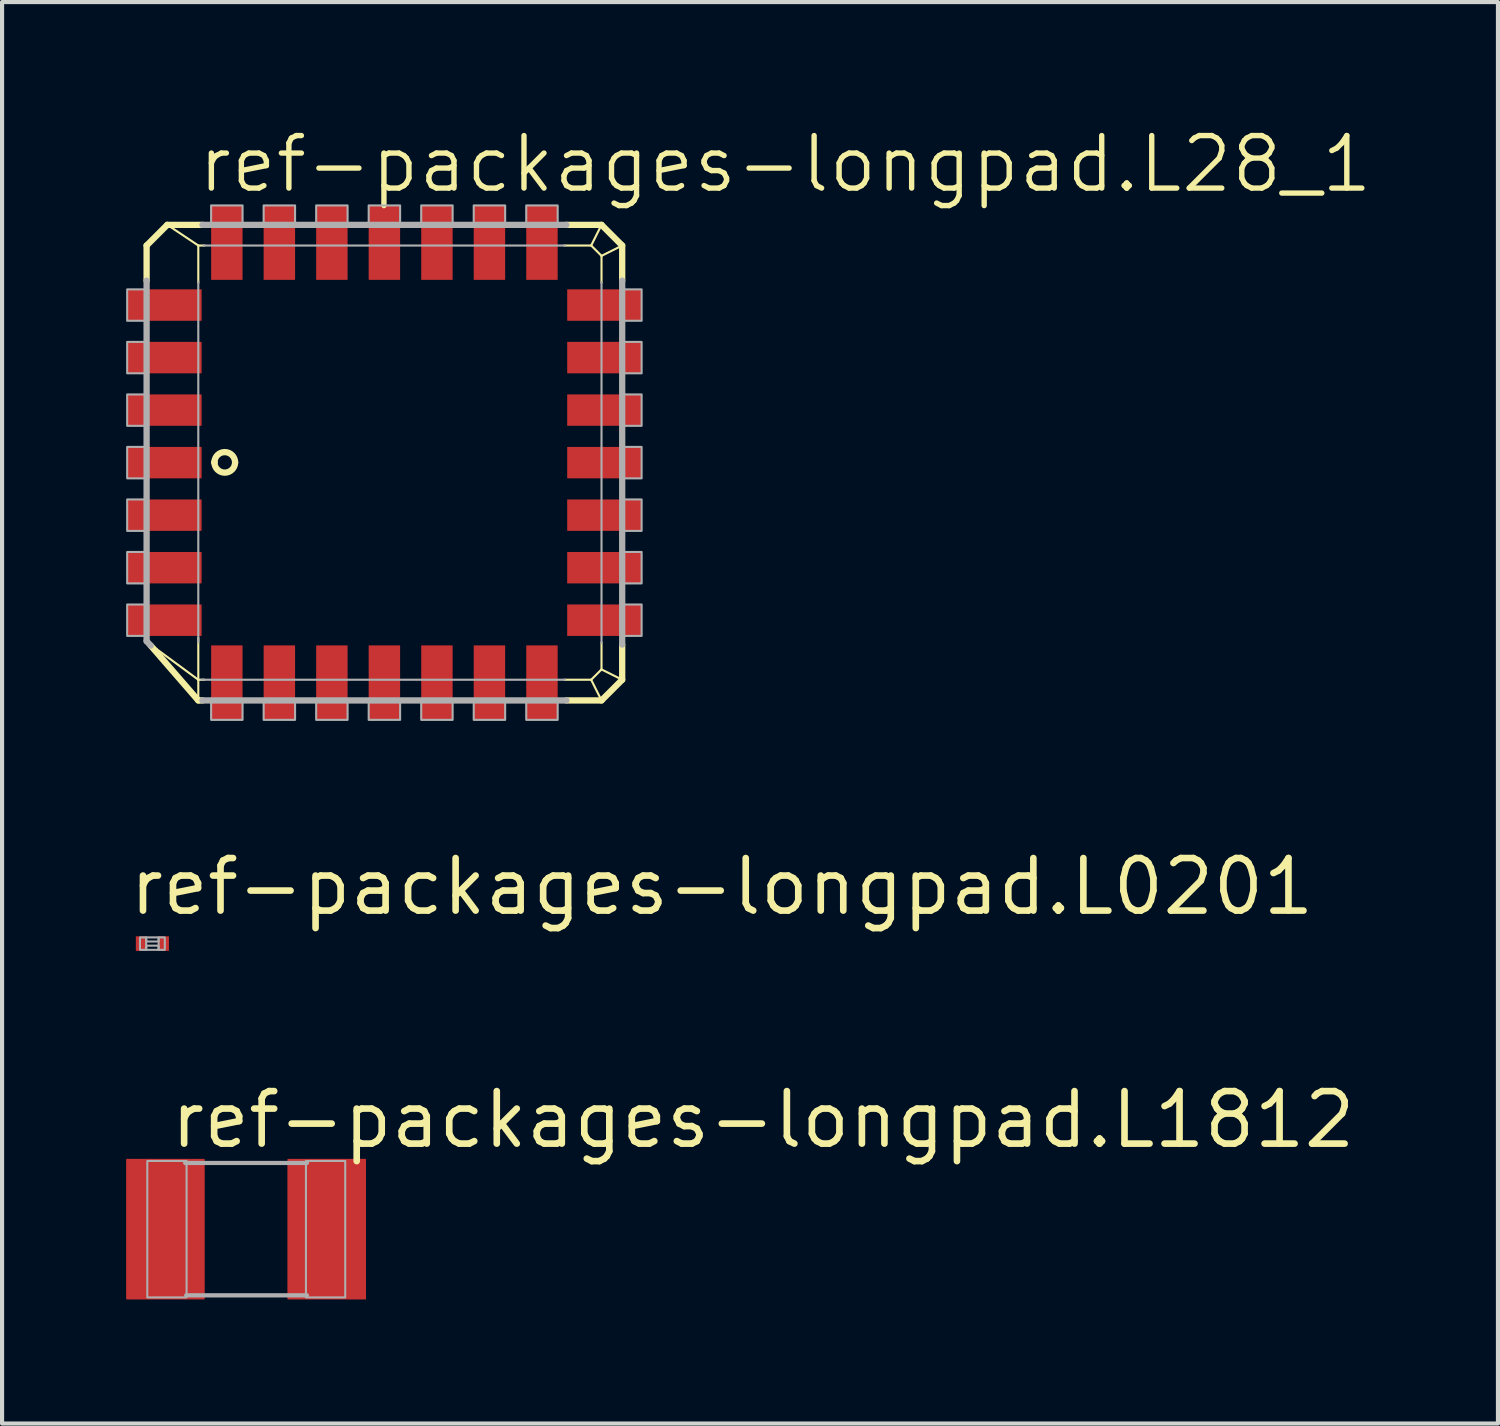
<source format=kicad_pcb>
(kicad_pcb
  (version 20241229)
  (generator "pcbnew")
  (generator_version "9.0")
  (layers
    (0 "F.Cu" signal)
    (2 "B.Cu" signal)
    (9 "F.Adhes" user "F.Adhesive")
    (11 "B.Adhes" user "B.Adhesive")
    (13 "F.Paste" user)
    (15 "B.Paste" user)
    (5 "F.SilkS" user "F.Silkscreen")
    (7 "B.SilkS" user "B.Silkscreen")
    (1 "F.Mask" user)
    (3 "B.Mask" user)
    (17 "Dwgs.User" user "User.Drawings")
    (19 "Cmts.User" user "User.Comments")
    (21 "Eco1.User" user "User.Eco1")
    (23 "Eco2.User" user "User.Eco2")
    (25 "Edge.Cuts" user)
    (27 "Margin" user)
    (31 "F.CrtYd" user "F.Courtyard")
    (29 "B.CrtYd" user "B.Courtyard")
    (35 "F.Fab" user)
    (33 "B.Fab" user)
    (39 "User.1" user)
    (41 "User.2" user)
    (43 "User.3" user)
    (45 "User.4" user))
  (footprint "ref-packages-longpad.L1812"
    (layer "F.Cu")
    (at 2.9 26.672)
    (property "Reference" "ref-packages-longpad.L1812" (at -1.905 -1.905 0) (layer "F.SilkS") (effects (font (size 1.27 1.27) (thickness 0.16)) (justify left bottom)))
    (attr smd)
    (fp_line (start -1.473 -1.6) (end 1.473 -1.6) (stroke (width 0.102) (type default)) (layer "F.Fab"))
    (fp_line (start -1.448 1.6) (end 1.473 1.6) (stroke (width 0.102) (type default)) (layer "F.Fab"))
    (fp_rect (start -2.388 1.651) (end -1.438 -1.649) (stroke (width 0.05) (type default)) (fill no) (layer "F.Fab"))
    (fp_rect (start 1.448 1.651) (end 2.398 -1.649) (stroke (width 0.05) (type default)) (fill no) (layer "F.Fab"))
    (pad "1" smd roundrect (at -1.95 0) (size 1.9 3.4) (layers "F.Cu" "F.Mask" "F.Paste") (roundrect_rratio 0.01))
    (pad "2" smd roundrect (at 1.95 0) (size 1.9 3.4) (layers "F.Cu" "F.Mask" "F.Paste") (roundrect_rratio 0.01)))
  (footprint "ref-packages-longpad.L0201"
    (layer "F.Cu")
    (at 0.635 19.767)
    (property "Reference" "ref-packages-longpad.L0201" (at -0.635 -0.635 0) (layer "F.SilkS") (effects (font (size 1.27 1.27) (thickness 0.16)) (justify left bottom)))
    (attr smd)
    (fp_rect (start -0.3 0.15) (end -0.15 -0.15) (stroke (width 0.05) (type default)) (fill no) (layer "F.Fab"))
    (fp_rect (start -0.15 -0.05) (end 0.15 -0.15) (stroke (width 0.05) (type default)) (fill no) (layer "F.Fab"))
    (fp_rect (start -0.15 0.15) (end 0.15 0.05) (stroke (width 0.05) (type default)) (fill no) (layer "F.Fab"))
    (fp_rect (start 0.15 0.15) (end 0.3 -0.15) (stroke (width 0.05) (type default)) (fill no) (layer "F.Fab"))
    (pad "1" smd roundrect (at -0.275 0) (size 0.25 0.35) (layers "F.Cu" "F.Mask" "F.Paste") (roundrect_rratio 0.01))
    (pad "2" smd roundrect (at 0.275 0) (size 0.25 0.35) (layers "F.Cu" "F.Mask" "F.Paste") (roundrect_rratio 0.01)))
  (footprint "ref-packages-longpad.L28_1"
    (layer "F.Cu")
    (at 6.245 8.137)
    (property "Reference" "ref-packages-longpad.L28_1" (at -4.572 -6.477 0) (layer "F.SilkS") (effects (font (size 1.27 1.27) (thickness 0.13)) (justify left bottom)))
    (attr smd)
    (fp_line (start -5.75 -5.25) (end -5.25 -5.75) (stroke (width 0.152) (type default)) (layer "F.SilkS"))
    (fp_line (start -5.75 -4.4) (end -5.75 -5.25) (stroke (width 0.152) (type default)) (layer "F.SilkS"))
    (fp_line (start -5.25 -5.75) (end -4.5 -5.25) (stroke (width 0.051) (type default)) (layer "F.SilkS"))
    (fp_line (start -5.25 -5.75) (end -4.4 -5.75) (stroke (width 0.152) (type default)) (layer "F.SilkS"))
    (fp_line (start -4.5 -5.25) (end -4.35 -5.25) (stroke (width 0.051) (type default)) (layer "F.SilkS"))
    (fp_line (start -4.5 -4.35) (end -4.5 -5.25) (stroke (width 0.051) (type default)) (layer "F.SilkS"))
    (fp_line (start -4.5 5.25) (end -5.654 4.401) (stroke (width 0.051) (type default)) (layer "F.SilkS"))
    (fp_line (start -4.5 5.25) (end -4.5 4.235) (stroke (width 0.051) (type default)) (layer "F.SilkS"))
    (fp_line (start -4.5 5.75) (end -5.65 4.425) (stroke (width 0.152) (type default)) (layer "F.SilkS"))
    (fp_line (start -4.5 5.75) (end -4.5 5.25) (stroke (width 0.051) (type default)) (layer "F.SilkS"))
    (fp_line (start -4.4 5.75) (end -4.5 5.75) (stroke (width 0.152) (type default)) (layer "F.SilkS"))
    (fp_line (start -4.35 5.25) (end -4.5 5.25) (stroke (width 0.051) (type default)) (layer "F.SilkS"))
    (fp_line (start 4.35 -5.25) (end 5 -5.25) (stroke (width 0.051) (type default)) (layer "F.SilkS"))
    (fp_line (start 4.4 -5.75) (end 5.25 -5.75) (stroke (width 0.152) (type default)) (layer "F.SilkS"))
    (fp_line (start 5 -5.25) (end 5.25 -5.75) (stroke (width 0.051) (type default)) (layer "F.SilkS"))
    (fp_line (start 5 -5.25) (end 5.25 -5) (stroke (width 0.051) (type default)) (layer "F.SilkS"))
    (fp_line (start 5 5.25) (end 4.35 5.25) (stroke (width 0.051) (type default)) (layer "F.SilkS"))
    (fp_line (start 5.25 -5.75) (end 5.75 -5.25) (stroke (width 0.152) (type default)) (layer "F.SilkS"))
    (fp_line (start 5.25 -5) (end 5.25 -4.35) (stroke (width 0.051) (type default)) (layer "F.SilkS"))
    (fp_line (start 5.25 -5) (end 5.75 -5.25) (stroke (width 0.051) (type default)) (layer "F.SilkS"))
    (fp_line (start 5.25 4.35) (end 5.25 5) (stroke (width 0.051) (type default)) (layer "F.SilkS"))
    (fp_line (start 5.25 5) (end 5 5.25) (stroke (width 0.051) (type default)) (layer "F.SilkS"))
    (fp_line (start 5.25 5.75) (end 4.4 5.75) (stroke (width 0.152) (type default)) (layer "F.SilkS"))
    (fp_line (start 5.25 5.75) (end 5 5.25) (stroke (width 0.051) (type default)) (layer "F.SilkS"))
    (fp_line (start 5.75 -5.25) (end 5.75 -4.4) (stroke (width 0.152) (type default)) (layer "F.SilkS"))
    (fp_line (start 5.75 4.4) (end 5.75 5.25) (stroke (width 0.152) (type default)) (layer "F.SilkS"))
    (fp_line (start 5.75 5.25) (end 5.25 5) (stroke (width 0.051) (type default)) (layer "F.SilkS"))
    (fp_line (start 5.75 5.25) (end 5.25 5.75) (stroke (width 0.152) (type default)) (layer "F.SilkS"))
    (fp_arc (start -4.11 -0.009) (mid -3.85604 -0.252513) (end -3.61 -0.001) (stroke (width 0.1524) (type default)) (layer "F.SilkS"))
    (fp_arc (start -4.11 -0.004) (mid -4.110012 -0.0065) (end -4.11 -0.009) (stroke (width 0.1524) (type default)) (layer "F.SilkS"))
    (fp_arc (start -3.61 -0.007) (mid -3.861 0.242) (end -4.11 -0.009) (stroke (width 0.1524) (type default)) (layer "F.SilkS"))
    (fp_line (start -5.75 4.317) (end -5.75 -4.4) (stroke (width 0.152) (type default)) (layer "F.Fab"))
    (fp_line (start -5.65 4.425) (end -5.75 4.315) (stroke (width 0.152) (type default)) (layer "F.Fab"))
    (fp_line (start -4.5 4.345) (end -4.5 -4.375) (stroke (width 0.051) (type default)) (layer "F.Fab"))
    (fp_line (start -4.4 -5.75) (end 4.4 -5.75) (stroke (width 0.152) (type default)) (layer "F.Fab"))
    (fp_line (start -4.376 -5.25) (end 4.365 -5.25) (stroke (width 0.051) (type default)) (layer "F.Fab"))
    (fp_line (start 4.365 5.25) (end -4.426 5.25) (stroke (width 0.051) (type default)) (layer "F.Fab"))
    (fp_line (start 4.4 5.75) (end -4.4 5.75) (stroke (width 0.152) (type default)) (layer "F.Fab"))
    (fp_line (start 5.25 -4.365) (end 5.25 4.365) (stroke (width 0.051) (type default)) (layer "F.Fab"))
    (fp_line (start 5.75 -4.4) (end 5.75 4.4) (stroke (width 0.152) (type default)) (layer "F.Fab"))
    (fp_rect (start -6.22 -3.43) (end -5.75 -4.19) (stroke (width 0.05) (type default)) (fill no) (layer "F.Fab"))
    (fp_rect (start -6.22 -2.16) (end -5.75 -2.92) (stroke (width 0.05) (type default)) (fill no) (layer "F.Fab"))
    (fp_rect (start -6.22 -0.89) (end -5.75 -1.65) (stroke (width 0.05) (type default)) (fill no) (layer "F.Fab"))
    (fp_rect (start -6.22 0.38) (end -5.75 -0.38) (stroke (width 0.05) (type default)) (fill no) (layer "F.Fab"))
    (fp_rect (start -6.22 1.65) (end -5.75 0.89) (stroke (width 0.05) (type default)) (fill no) (layer "F.Fab"))
    (fp_rect (start -6.22 2.92) (end -5.75 2.16) (stroke (width 0.05) (type default)) (fill no) (layer "F.Fab"))
    (fp_rect (start -6.22 4.19) (end -5.75 3.43) (stroke (width 0.05) (type default)) (fill no) (layer "F.Fab"))
    (fp_rect (start -4.19 -5.75) (end -3.43 -6.22) (stroke (width 0.05) (type default)) (fill no) (layer "F.Fab"))
    (fp_rect (start -4.19 6.22) (end -3.43 5.75) (stroke (width 0.05) (type default)) (fill no) (layer "F.Fab"))
    (fp_rect (start -2.92 -5.75) (end -2.16 -6.22) (stroke (width 0.05) (type default)) (fill no) (layer "F.Fab"))
    (fp_rect (start -2.92 6.22) (end -2.16 5.75) (stroke (width 0.05) (type default)) (fill no) (layer "F.Fab"))
    (fp_rect (start -1.65 -5.75) (end -0.89 -6.22) (stroke (width 0.05) (type default)) (fill no) (layer "F.Fab"))
    (fp_rect (start -1.65 6.22) (end -0.89 5.75) (stroke (width 0.05) (type default)) (fill no) (layer "F.Fab"))
    (fp_rect (start -0.38 -5.75) (end 0.38 -6.22) (stroke (width 0.05) (type default)) (fill no) (layer "F.Fab"))
    (fp_rect (start -0.38 6.22) (end 0.38 5.75) (stroke (width 0.05) (type default)) (fill no) (layer "F.Fab"))
    (fp_rect (start 0.89 -5.75) (end 1.65 -6.22) (stroke (width 0.05) (type default)) (fill no) (layer "F.Fab"))
    (fp_rect (start 0.89 6.22) (end 1.65 5.75) (stroke (width 0.05) (type default)) (fill no) (layer "F.Fab"))
    (fp_rect (start 2.16 -5.75) (end 2.92 -6.22) (stroke (width 0.05) (type default)) (fill no) (layer "F.Fab"))
    (fp_rect (start 2.16 6.22) (end 2.92 5.75) (stroke (width 0.05) (type default)) (fill no) (layer "F.Fab"))
    (fp_rect (start 3.43 -5.75) (end 4.19 -6.22) (stroke (width 0.05) (type default)) (fill no) (layer "F.Fab"))
    (fp_rect (start 3.43 6.22) (end 4.19 5.75) (stroke (width 0.05) (type default)) (fill no) (layer "F.Fab"))
    (fp_rect (start 5.75 -3.43) (end 6.22 -4.19) (stroke (width 0.05) (type default)) (fill no) (layer "F.Fab"))
    (fp_rect (start 5.75 -2.16) (end 6.22 -2.92) (stroke (width 0.05) (type default)) (fill no) (layer "F.Fab"))
    (fp_rect (start 5.75 -0.89) (end 6.22 -1.65) (stroke (width 0.05) (type default)) (fill no) (layer "F.Fab"))
    (fp_rect (start 5.75 0.38) (end 6.22 -0.38) (stroke (width 0.05) (type default)) (fill no) (layer "F.Fab"))
    (fp_rect (start 5.75 1.65) (end 6.22 0.89) (stroke (width 0.05) (type default)) (fill no) (layer "F.Fab"))
    (fp_rect (start 5.75 2.92) (end 6.22 2.16) (stroke (width 0.05) (type default)) (fill no) (layer "F.Fab"))
    (fp_rect (start 5.75 4.19) (end 6.22 3.43) (stroke (width 0.05) (type default)) (fill no) (layer "F.Fab"))
    (pad "1" smd roundrect (at -5.32 0) (size 1.8 0.76) (layers "F.Cu" "F.Mask" "F.Paste") (roundrect_rratio 0.01))
    (pad "2" smd roundrect (at -5.32 1.27) (size 1.8 0.76) (layers "F.Cu" "F.Mask" "F.Paste") (roundrect_rratio 0.01))
    (pad "3" smd roundrect (at -5.32 2.54) (size 1.8 0.76) (layers "F.Cu" "F.Mask" "F.Paste") (roundrect_rratio 0.01))
    (pad "4" smd roundrect (at -5.32 3.81) (size 1.8 0.76) (layers "F.Cu" "F.Mask" "F.Paste") (roundrect_rratio 0.01))
    (pad "5" smd roundrect (at -3.81 5.32) (size 0.76 1.8) (layers "F.Cu" "F.Mask" "F.Paste") (roundrect_rratio 0.01))
    (pad "6" smd roundrect (at -2.54 5.32) (size 0.76 1.8) (layers "F.Cu" "F.Mask" "F.Paste") (roundrect_rratio 0.01))
    (pad "7" smd roundrect (at -1.27 5.32) (size 0.76 1.8) (layers "F.Cu" "F.Mask" "F.Paste") (roundrect_rratio 0.01))
    (pad "8" smd roundrect (at 0 5.32) (size 0.76 1.8) (layers "F.Cu" "F.Mask" "F.Paste") (roundrect_rratio 0.01))
    (pad "9" smd roundrect (at 1.27 5.32) (size 0.76 1.8) (layers "F.Cu" "F.Mask" "F.Paste") (roundrect_rratio 0.01))
    (pad "10" smd roundrect (at 2.54 5.32) (size 0.76 1.8) (layers "F.Cu" "F.Mask" "F.Paste") (roundrect_rratio 0.01))
    (pad "11" smd roundrect (at 3.81 5.32) (size 0.76 1.8) (layers "F.Cu" "F.Mask" "F.Paste") (roundrect_rratio 0.01))
    (pad "12" smd roundrect (at 5.32 3.81) (size 1.8 0.76) (layers "F.Cu" "F.Mask" "F.Paste") (roundrect_rratio 0.01))
    (pad "13" smd roundrect (at 5.32 2.54) (size 1.8 0.76) (layers "F.Cu" "F.Mask" "F.Paste") (roundrect_rratio 0.01))
    (pad "14" smd roundrect (at 5.32 1.27) (size 1.8 0.76) (layers "F.Cu" "F.Mask" "F.Paste") (roundrect_rratio 0.01))
    (pad "15" smd roundrect (at 5.32 0) (size 1.8 0.76) (layers "F.Cu" "F.Mask" "F.Paste") (roundrect_rratio 0.01))
    (pad "16" smd roundrect (at 5.32 -1.27) (size 1.8 0.76) (layers "F.Cu" "F.Mask" "F.Paste") (roundrect_rratio 0.01))
    (pad "17" smd roundrect (at 5.32 -2.54) (size 1.8 0.76) (layers "F.Cu" "F.Mask" "F.Paste") (roundrect_rratio 0.01))
    (pad "18" smd roundrect (at 5.32 -3.81) (size 1.8 0.76) (layers "F.Cu" "F.Mask" "F.Paste") (roundrect_rratio 0.01))
    (pad "19" smd roundrect (at 3.81 -5.32) (size 0.76 1.8) (layers "F.Cu" "F.Mask" "F.Paste") (roundrect_rratio 0.01))
    (pad "20" smd roundrect (at 2.54 -5.32) (size 0.76 1.8) (layers "F.Cu" "F.Mask" "F.Paste") (roundrect_rratio 0.01))
    (pad "21" smd roundrect (at 1.27 -5.32) (size 0.76 1.8) (layers "F.Cu" "F.Mask" "F.Paste") (roundrect_rratio 0.01))
    (pad "22" smd roundrect (at 0 -5.32) (size 0.76 1.8) (layers "F.Cu" "F.Mask" "F.Paste") (roundrect_rratio 0.01))
    (pad "23" smd roundrect (at -1.27 -5.32) (size 0.76 1.8) (layers "F.Cu" "F.Mask" "F.Paste") (roundrect_rratio 0.01))
    (pad "24" smd roundrect (at -2.54 -5.32) (size 0.76 1.8) (layers "F.Cu" "F.Mask" "F.Paste") (roundrect_rratio 0.01))
    (pad "25" smd roundrect (at -3.81 -5.32) (size 0.76 1.8) (layers "F.Cu" "F.Mask" "F.Paste") (roundrect_rratio 0.01))
    (pad "26" smd roundrect (at -5.32 -3.81) (size 1.8 0.76) (layers "F.Cu" "F.Mask" "F.Paste") (roundrect_rratio 0.01))
    (pad "27" smd roundrect (at -5.32 -2.54) (size 1.8 0.76) (layers "F.Cu" "F.Mask" "F.Paste") (roundrect_rratio 0.01))
    (pad "28" smd roundrect (at -5.32 -1.27) (size 1.8 0.76) (layers "F.Cu" "F.Mask" "F.Paste") (roundrect_rratio 0.01)))
  (gr_rect
    (start -3 -3)
    (end 33.172 31.372)
    (stroke (width 0.1) (type default))
    (fill no)
    (layer "Edge.Cuts")))
</source>
